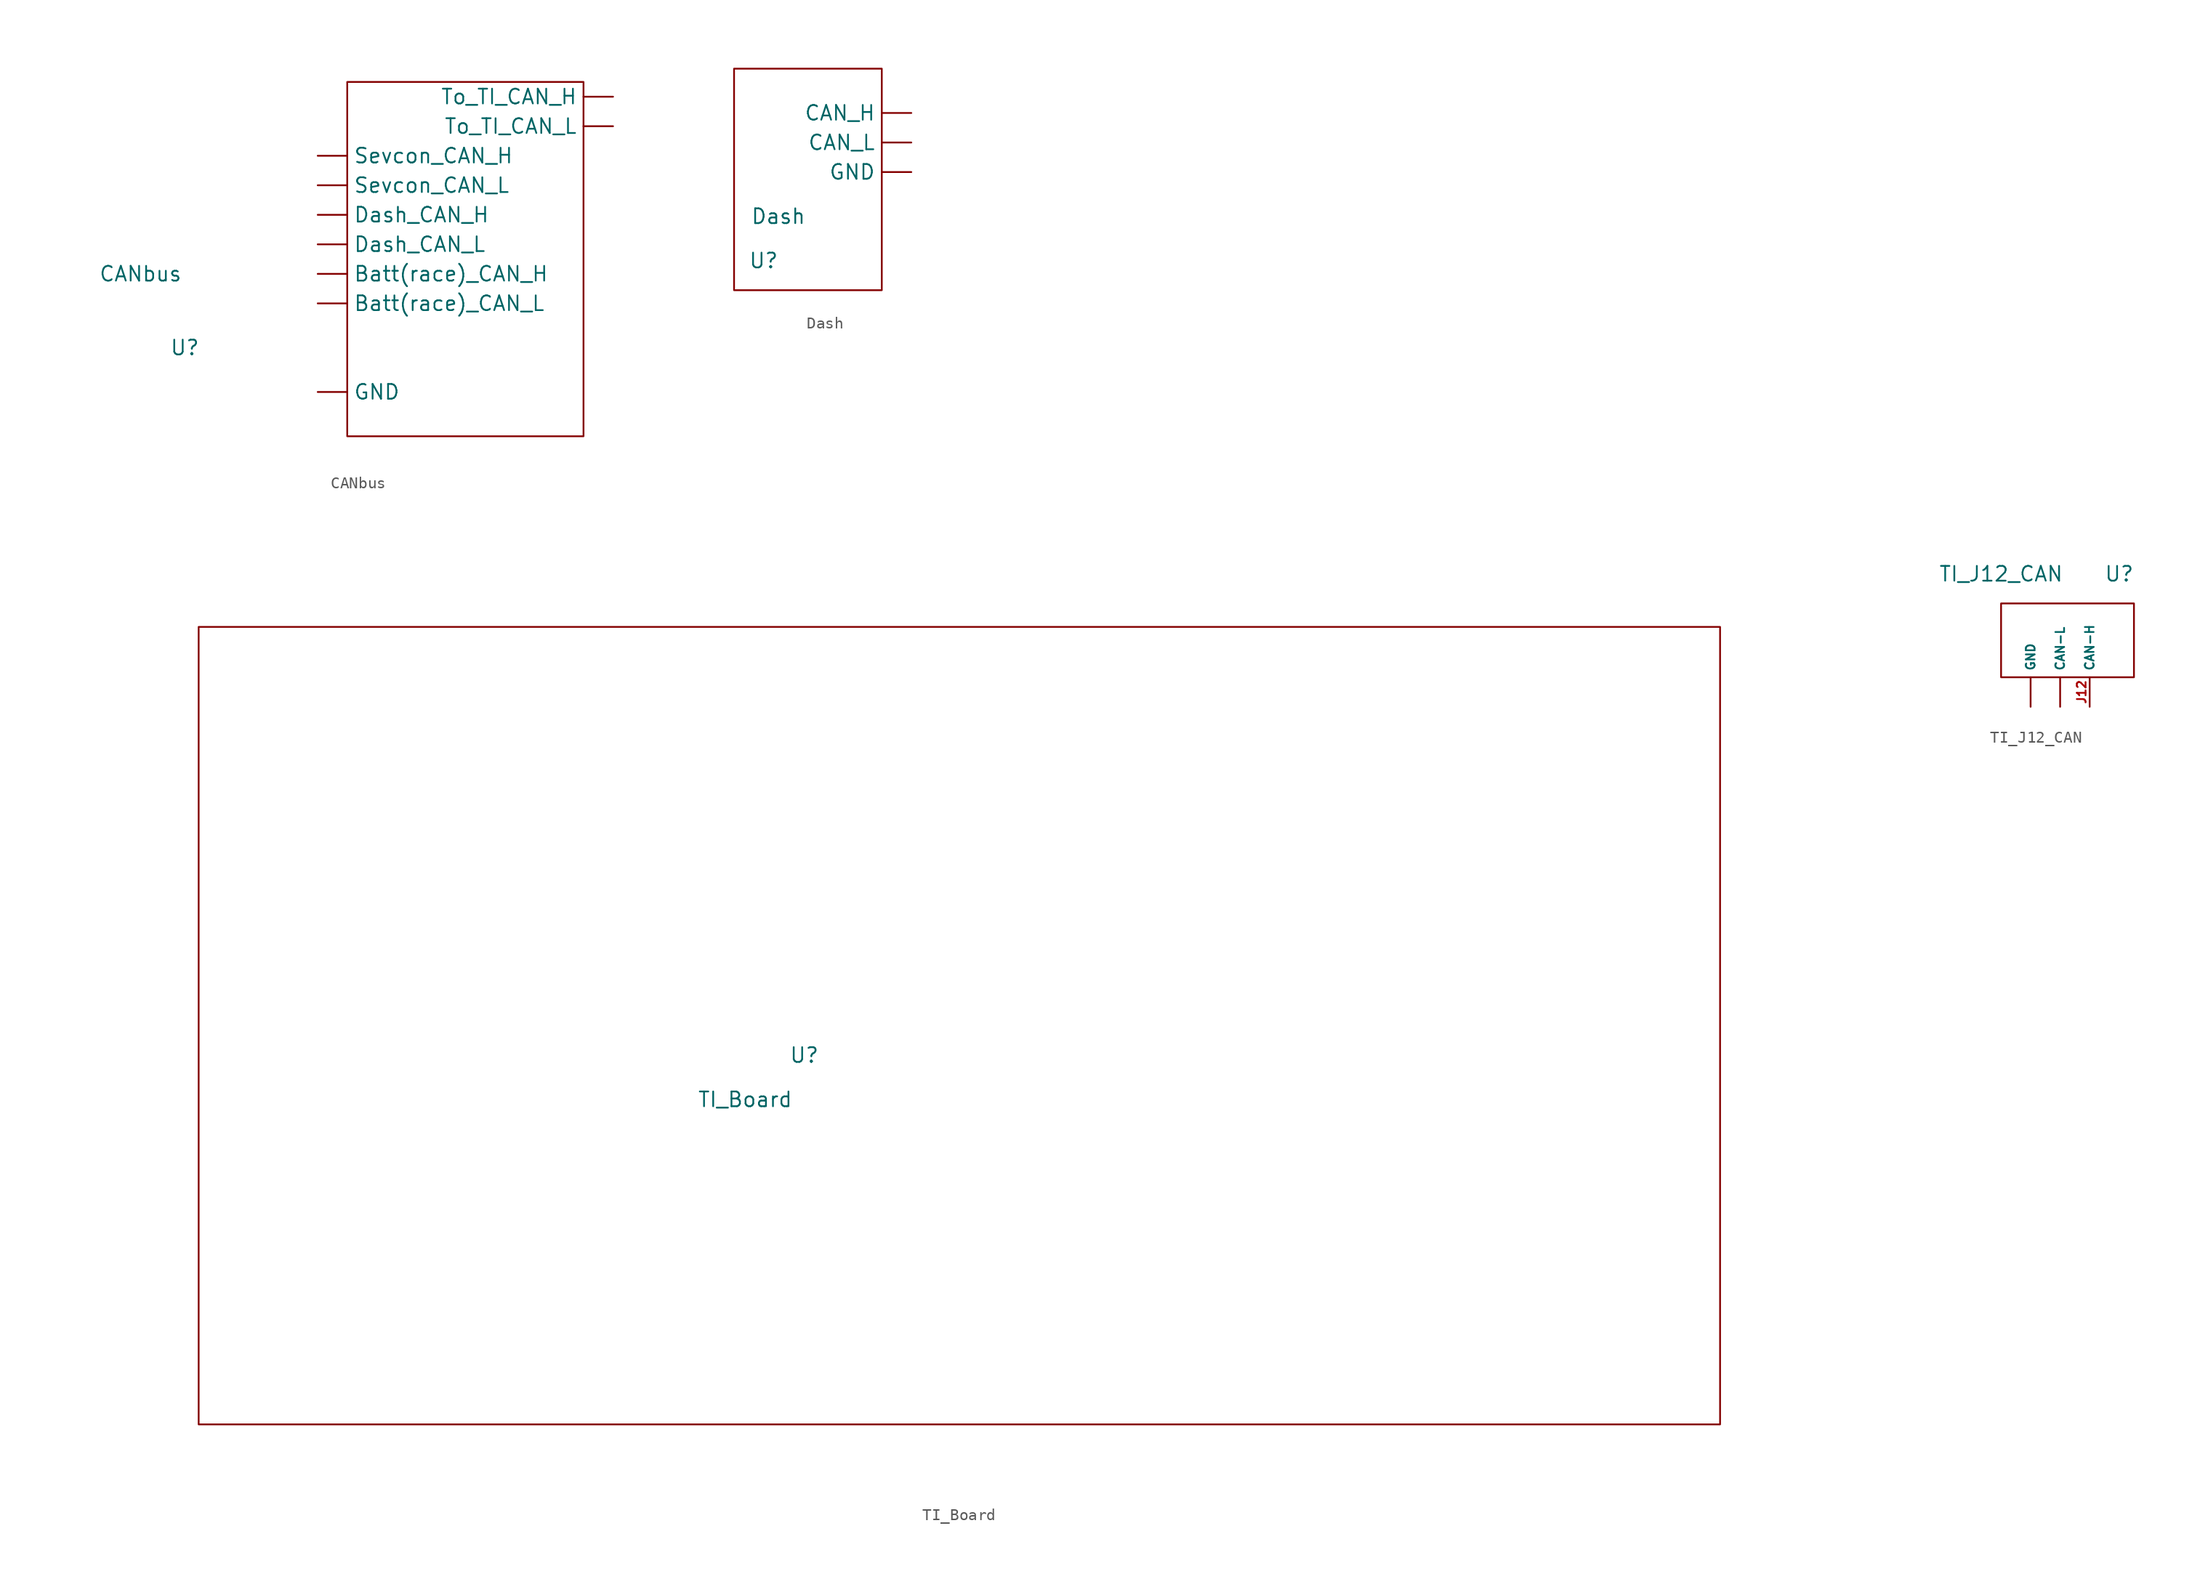
<source format=kicad_sym>
(kicad_symbol_lib
  (version 20211014)
  (generator kicad_symbol_editor)
  (symbol "CANbus"
    (property "Reference" "U"
      (at -3.81 -10.16 0)
      (effects (font (size 1.27 1.27))))
    (property "Value" "CANbus"
      (at -7.62 -3.81 0)
      (effects (font (size 1.27 1.27))))
    (symbol "CANbus_0_1"
      (rectangle (start 10.16 12.7) (end 30.48 -17.78) (stroke (width 0) (type default) (color 0 0 0 0)) (fill (type none))))
    (symbol "CANbus_1_1"
      (pin input line (at 7.62 -3.81 0) (length 2.54) (name "Batt(race)_CAN_H" (effects (font (size 1.27 1.27)))) (number "" (effects (font (size 1.27 1.27)))))
      (pin input line (at 7.62 -6.35 0) (length 2.54) (name "Batt(race)_CAN_L" (effects (font (size 1.27 1.27)))) (number "" (effects (font (size 1.27 1.27)))))
      (pin input line (at 7.62 1.27 0) (length 2.54) (name "Dash_CAN_H" (effects (font (size 1.27 1.27)))) (number "" (effects (font (size 1.27 1.27)))))
      (pin input line (at 7.62 -1.27 0) (length 2.54) (name "Dash_CAN_L" (effects (font (size 1.27 1.27)))) (number "" (effects (font (size 1.27 1.27)))))
      (pin input line (at 7.62 -13.97 0) (length 2.54) (name "GND" (effects (font (size 1.27 1.27)))) (number "" (effects (font (size 1.27 1.27)))))
      (pin input line (at 7.62 6.35 0) (length 2.54) (name "Sevcon_CAN_H" (effects (font (size 1.27 1.27)))) (number "" (effects (font (size 1.27 1.27)))))
      (pin input line (at 7.62 3.81 0) (length 2.54) (name "Sevcon_CAN_L" (effects (font (size 1.27 1.27)))) (number "" (effects (font (size 1.27 1.27)))))
      (pin output line (at 33.02 11.43 180) (length 2.54) (name "To_TI_CAN_H" (effects (font (size 1.27 1.27)))) (number "" (effects (font (size 1.27 1.27)))))
      (pin output line (at 33.02 8.89 180) (length 2.54) (name "To_TI_CAN_L" (effects (font (size 1.27 1.27)))) (number "" (effects (font (size 1.27 1.27)))))))
  (symbol "Dash"
    (property "Reference" "U"
      (at 10.16 3.81 0)
      (effects (font (size 1.27 1.27))))
    (property "Value" "Dash"
      (at 11.43 7.62 0)
      (effects (font (size 1.27 1.27))))
    (symbol "Dash_0_1"
      (rectangle (start 20.32 1.27) (end 7.62 20.32) (stroke (width 0) (type default) (color 0 0 0 0)) (fill (type none))))
    (symbol "Dash_1_1"
      (pin input line (at 22.86 16.51 180) (length 2.54) (name "CAN_H" (effects (font (size 1.27 1.27)))) (number "" (effects (font (size 1.27 1.27)))))
      (pin input line (at 22.86 13.97 180) (length 2.54) (name "CAN_L" (effects (font (size 1.27 1.27)))) (number "" (effects (font (size 1.27 1.27)))))
      (pin input line (at 22.86 11.43 180) (length 2.54) (name "GND" (effects (font (size 1.27 1.27)))) (number "" (effects (font (size 1.27 1.27)))))))
  (symbol "TI_Board"
    (property "Reference" "U"
      (at -3.81 -6.35 0)
      (effects (font (size 1.27 1.27))))
    (property "Value" "TI_Board"
      (at -8.89 -10.16 0)
      (effects (font (size 1.27 1.27))))
    (symbol "TI_Board_0_1"
      (rectangle (start -55.88 30.48) (end 74.93 -38.1) (stroke (width 0) (type default) (color 0 0 0 0)) (fill (type none)))))
  (symbol "TI_J12_CAN"
    (property "Reference" "U"
      (at 13.97 12.7 0)
      (effects (font (size 1.27 1.27))))
    (property "Value" "TI_J12_CAN"
      (at 3.81 12.7 0)
      (effects (font (size 1.27 1.27))))
    (symbol "TI_J12_CAN_0_1"
      (rectangle (start 15.24 3.81) (end 3.81 10.16) (stroke (width 0) (type default) (color 0 0 0 0)) (fill (type none))))
    (symbol "TI_J12_CAN_1_1"
      (pin input line (at 8.89 1.27 90) (length 2.54) (name "CAN-L" (effects (font (size 0.75 0.75)))) (number "" (effects (font (size 0.75 0.75)))))
      (pin input line (at 6.35 1.27 90) (length 2.54) (name "GND" (effects (font (size 0.75 0.75)))) (number "" (effects (font (size 0.75 0.75)))))
      (pin input line (at 11.43 1.27 90) (length 2.54) (name "CAN-H" (effects (font (size 0.75 0.75)))) (number "J12" (effects (font (size 0.75 0.75))))))))
</source>
